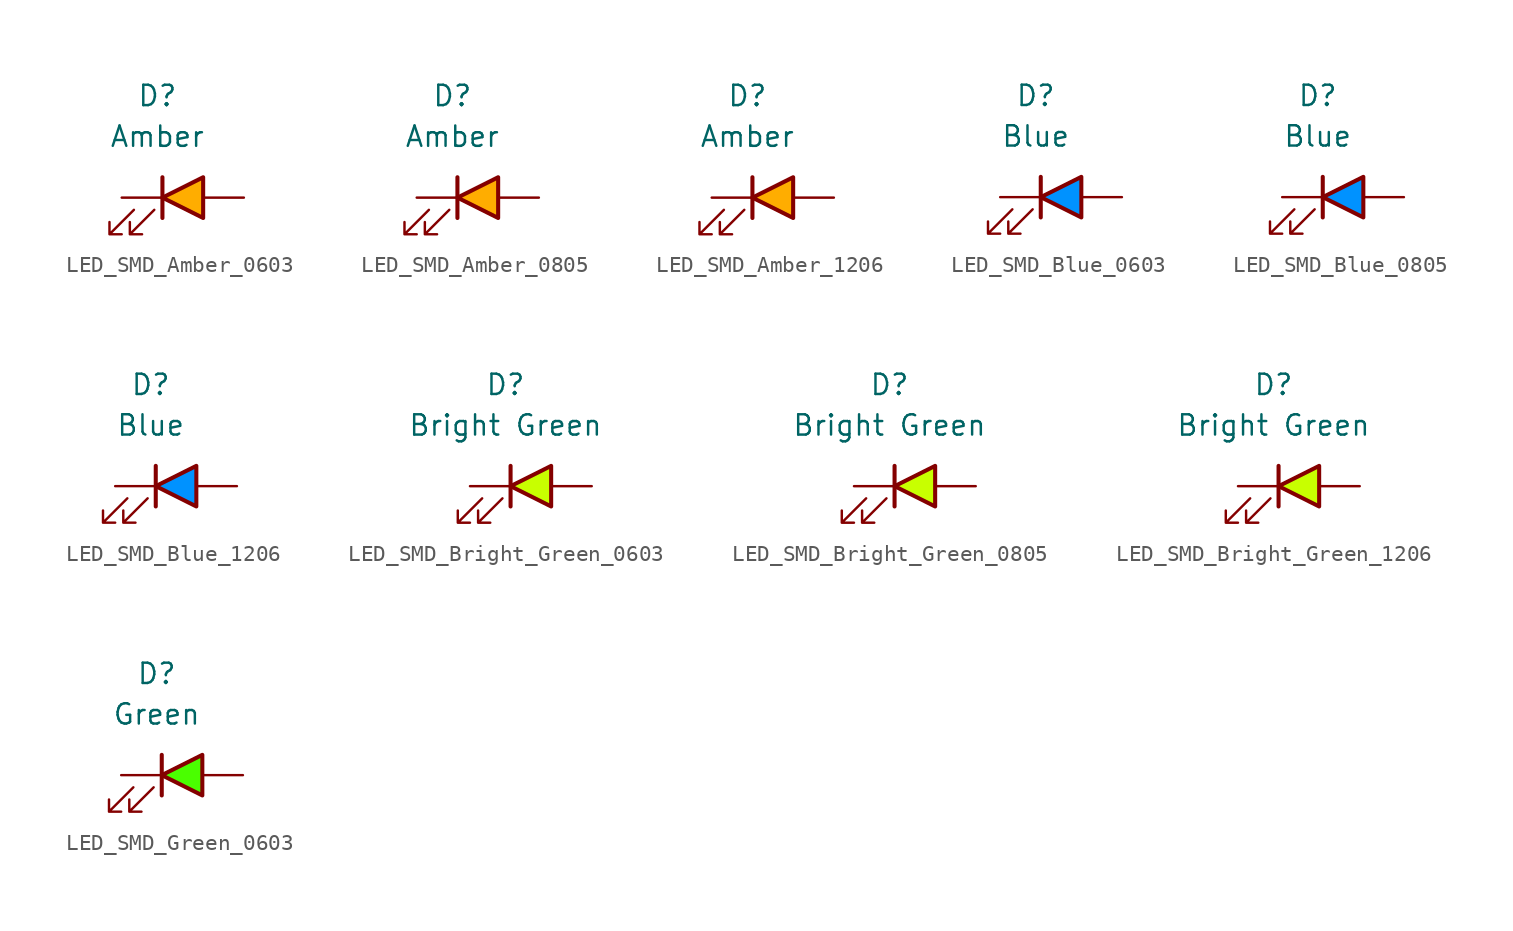
<source format=kicad_sym>
(kicad_symbol_lib
  (version 20231120)
  (generator "kicad_symbol_editor")
  (generator_version "8.0")
  (symbol "LED_SMD_Amber_0603"
    (pin_numbers hide)
    (pin_names
      (offset 1.016) hide)
    (property "Reference" "D"
      (at -1.587 6.35 0)
      (effects (font (size 1.27 1.27))))
    (property "Value" "Amber"
      (at -1.587 3.81 0)
      (effects (font (size 1.27 1.27))))
    (symbol "LED_SMD_Amber_0603_0_1"
      (polyline (pts (xy -1.27 -1.27) (xy -1.27 1.27)) (stroke (width 0.254) (type default)) (fill (type none)))
      (polyline (pts (xy -3.048 -0.762) (xy -4.572 -2.286) (xy -3.81 -2.286) (xy -4.572 -2.286) (xy -4.572 -1.524)) (stroke (width 0) (type default)) (fill (type none)))
      (polyline (pts (xy -1.778 -0.762) (xy -3.302 -2.286) (xy -2.54 -2.286) (xy -3.302 -2.286) (xy -3.302 -1.524)) (stroke (width 0) (type default)) (fill (type none))))
    (symbol "LED_SMD_Amber_0603_1_1"
      (polyline (pts (xy 1.27 -1.27) (xy 1.27 1.27) (xy -1.27 0) (xy 1.27 -1.27)) (stroke (width 0.254) (type default)) (fill (type color) (color 255 173 0 1)))
      (pin passive line (at -3.81 0 0) (length 2.54) (name "K" (effects (font (size 1.27 1.27)))) (number "1" (effects (font (size 1.27 1.27)))))
      (pin passive line (at 3.81 0 180) (length 2.54) (name "A" (effects (font (size 1.27 1.27)))) (number "2" (effects (font (size 1.27 1.27)))))))
  (symbol "LED_SMD_Amber_0805"
    (pin_numbers hide)
    (pin_names
      (offset 1.016) hide)
    (property "Reference" "D"
      (at -1.587 6.35 0)
      (effects (font (size 1.27 1.27))))
    (property "Value" "Amber"
      (at -1.587 3.81 0)
      (effects (font (size 1.27 1.27))))
    (symbol "LED_SMD_Amber_0805_0_1"
      (polyline (pts (xy -1.27 -1.27) (xy -1.27 1.27)) (stroke (width 0.254) (type default)) (fill (type none)))
      (polyline (pts (xy -3.048 -0.762) (xy -4.572 -2.286) (xy -3.81 -2.286) (xy -4.572 -2.286) (xy -4.572 -1.524)) (stroke (width 0) (type default)) (fill (type none)))
      (polyline (pts (xy -1.778 -0.762) (xy -3.302 -2.286) (xy -2.54 -2.286) (xy -3.302 -2.286) (xy -3.302 -1.524)) (stroke (width 0) (type default)) (fill (type none))))
    (symbol "LED_SMD_Amber_0805_1_1"
      (polyline (pts (xy 1.27 -1.27) (xy 1.27 1.27) (xy -1.27 0) (xy 1.27 -1.27)) (stroke (width 0.254) (type default)) (fill (type color) (color 255 173 0 1)))
      (pin passive line (at -3.81 0 0) (length 2.54) (name "K" (effects (font (size 1.27 1.27)))) (number "1" (effects (font (size 1.27 1.27)))))
      (pin passive line (at 3.81 0 180) (length 2.54) (name "A" (effects (font (size 1.27 1.27)))) (number "2" (effects (font (size 1.27 1.27)))))))
  (symbol "LED_SMD_Amber_1206"
    (pin_numbers hide)
    (pin_names
      (offset 1.016) hide)
    (property "Reference" "D"
      (at -1.587 6.35 0)
      (effects (font (size 1.27 1.27))))
    (property "Value" "Amber"
      (at -1.587 3.81 0)
      (effects (font (size 1.27 1.27))))
    (symbol "LED_SMD_Amber_1206_0_1"
      (polyline (pts (xy -1.27 -1.27) (xy -1.27 1.27)) (stroke (width 0.254) (type default)) (fill (type none)))
      (polyline (pts (xy -3.048 -0.762) (xy -4.572 -2.286) (xy -3.81 -2.286) (xy -4.572 -2.286) (xy -4.572 -1.524)) (stroke (width 0) (type default)) (fill (type none)))
      (polyline (pts (xy -1.778 -0.762) (xy -3.302 -2.286) (xy -2.54 -2.286) (xy -3.302 -2.286) (xy -3.302 -1.524)) (stroke (width 0) (type default)) (fill (type none))))
    (symbol "LED_SMD_Amber_1206_1_1"
      (polyline (pts (xy 1.27 -1.27) (xy 1.27 1.27) (xy -1.27 0) (xy 1.27 -1.27)) (stroke (width 0.254) (type default)) (fill (type color) (color 255 173 0 1)))
      (pin passive line (at -3.81 0 0) (length 2.54) (name "K" (effects (font (size 1.27 1.27)))) (number "1" (effects (font (size 1.27 1.27)))))
      (pin passive line (at 3.81 0 180) (length 2.54) (name "A" (effects (font (size 1.27 1.27)))) (number "2" (effects (font (size 1.27 1.27)))))))
  (symbol "LED_SMD_Blue_0603"
    (pin_numbers hide)
    (pin_names
      (offset 1.016) hide)
    (property "Reference" "D"
      (at -1.587 6.35 0)
      (effects (font (size 1.27 1.27))))
    (property "Value" "Blue"
      (at -1.587 3.81 0)
      (effects (font (size 1.27 1.27))))
    (symbol "LED_SMD_Blue_0603_0_1"
      (polyline (pts (xy -1.27 -1.27) (xy -1.27 1.27)) (stroke (width 0.254) (type default)) (fill (type none)))
      (polyline (pts (xy -3.048 -0.762) (xy -4.572 -2.286) (xy -3.81 -2.286) (xy -4.572 -2.286) (xy -4.572 -1.524)) (stroke (width 0) (type default)) (fill (type none)))
      (polyline (pts (xy -1.778 -0.762) (xy -3.302 -2.286) (xy -2.54 -2.286) (xy -3.302 -2.286) (xy -3.302 -1.524)) (stroke (width 0) (type default)) (fill (type none))))
    (symbol "LED_SMD_Blue_0603_1_1"
      (polyline (pts (xy 1.27 -1.27) (xy 1.27 1.27) (xy -1.27 0) (xy 1.27 -1.27)) (stroke (width 0.254) (type default)) (fill (type color) (color 0 146 255 1)))
      (pin passive line (at -3.81 0 0) (length 2.54) (name "K" (effects (font (size 1.27 1.27)))) (number "1" (effects (font (size 1.27 1.27)))))
      (pin passive line (at 3.81 0 180) (length 2.54) (name "A" (effects (font (size 1.27 1.27)))) (number "2" (effects (font (size 1.27 1.27)))))))
  (symbol "LED_SMD_Blue_0805"
    (pin_numbers hide)
    (pin_names
      (offset 1.016) hide)
    (property "Reference" "D"
      (at -1.587 6.35 0)
      (effects (font (size 1.27 1.27))))
    (property "Value" "Blue"
      (at -1.587 3.81 0)
      (effects (font (size 1.27 1.27))))
    (symbol "LED_SMD_Blue_0805_0_1"
      (polyline (pts (xy -1.27 -1.27) (xy -1.27 1.27)) (stroke (width 0.254) (type default)) (fill (type none)))
      (polyline (pts (xy -3.048 -0.762) (xy -4.572 -2.286) (xy -3.81 -2.286) (xy -4.572 -2.286) (xy -4.572 -1.524)) (stroke (width 0) (type default)) (fill (type none)))
      (polyline (pts (xy -1.778 -0.762) (xy -3.302 -2.286) (xy -2.54 -2.286) (xy -3.302 -2.286) (xy -3.302 -1.524)) (stroke (width 0) (type default)) (fill (type none))))
    (symbol "LED_SMD_Blue_0805_1_1"
      (polyline (pts (xy 1.27 -1.27) (xy 1.27 1.27) (xy -1.27 0) (xy 1.27 -1.27)) (stroke (width 0.254) (type default)) (fill (type color) (color 0 146 255 1)))
      (pin passive line (at -3.81 0 0) (length 2.54) (name "K" (effects (font (size 1.27 1.27)))) (number "1" (effects (font (size 1.27 1.27)))))
      (pin passive line (at 3.81 0 180) (length 2.54) (name "A" (effects (font (size 1.27 1.27)))) (number "2" (effects (font (size 1.27 1.27)))))))
  (symbol "LED_SMD_Blue_1206"
    (pin_numbers hide)
    (pin_names
      (offset 1.016) hide)
    (property "Reference" "D"
      (at -1.587 6.35 0)
      (effects (font (size 1.27 1.27))))
    (property "Value" "Blue"
      (at -1.587 3.81 0)
      (effects (font (size 1.27 1.27))))
    (symbol "LED_SMD_Blue_1206_0_1"
      (polyline (pts (xy -1.27 -1.27) (xy -1.27 1.27)) (stroke (width 0.254) (type default)) (fill (type none)))
      (polyline (pts (xy -3.048 -0.762) (xy -4.572 -2.286) (xy -3.81 -2.286) (xy -4.572 -2.286) (xy -4.572 -1.524)) (stroke (width 0) (type default)) (fill (type none)))
      (polyline (pts (xy -1.778 -0.762) (xy -3.302 -2.286) (xy -2.54 -2.286) (xy -3.302 -2.286) (xy -3.302 -1.524)) (stroke (width 0) (type default)) (fill (type none))))
    (symbol "LED_SMD_Blue_1206_1_1"
      (polyline (pts (xy 1.27 -1.27) (xy 1.27 1.27) (xy -1.27 0) (xy 1.27 -1.27)) (stroke (width 0.254) (type default)) (fill (type color) (color 0 146 255 1)))
      (pin passive line (at -3.81 0 0) (length 2.54) (name "K" (effects (font (size 1.27 1.27)))) (number "1" (effects (font (size 1.27 1.27)))))
      (pin passive line (at 3.81 0 180) (length 2.54) (name "A" (effects (font (size 1.27 1.27)))) (number "2" (effects (font (size 1.27 1.27)))))))
  (symbol "LED_SMD_Bright_Green_0603"
    (pin_numbers hide)
    (pin_names
      (offset 1.016) hide)
    (property "Reference" "D"
      (at -1.587 6.35 0)
      (effects (font (size 1.27 1.27))))
    (property "Value" "Bright Green"
      (at -1.587 3.81 0)
      (effects (font (size 1.27 1.27))))
    (symbol "LED_SMD_Bright_Green_0603_0_1"
      (polyline (pts (xy -1.27 -1.27) (xy -1.27 1.27)) (stroke (width 0.254) (type default)) (fill (type none)))
      (polyline (pts (xy -3.048 -0.762) (xy -4.572 -2.286) (xy -3.81 -2.286) (xy -4.572 -2.286) (xy -4.572 -1.524)) (stroke (width 0) (type default)) (fill (type none)))
      (polyline (pts (xy -1.778 -0.762) (xy -3.302 -2.286) (xy -2.54 -2.286) (xy -3.302 -2.286) (xy -3.302 -1.524)) (stroke (width 0) (type default)) (fill (type none))))
    (symbol "LED_SMD_Bright_Green_0603_1_1"
      (polyline (pts (xy 1.27 -1.27) (xy 1.27 1.27) (xy -1.27 0) (xy 1.27 -1.27)) (stroke (width 0.254) (type default)) (fill (type color) (color 200 255 0 1)))
      (pin passive line (at -3.81 0 0) (length 2.54) (name "K" (effects (font (size 1.27 1.27)))) (number "1" (effects (font (size 1.27 1.27)))))
      (pin passive line (at 3.81 0 180) (length 2.54) (name "A" (effects (font (size 1.27 1.27)))) (number "2" (effects (font (size 1.27 1.27)))))))
  (symbol "LED_SMD_Bright_Green_0805"
    (pin_numbers hide)
    (pin_names
      (offset 1.016) hide)
    (property "Reference" "D"
      (at -1.587 6.35 0)
      (effects (font (size 1.27 1.27))))
    (property "Value" "Bright Green"
      (at -1.587 3.81 0)
      (effects (font (size 1.27 1.27))))
    (symbol "LED_SMD_Bright_Green_0805_0_1"
      (polyline (pts (xy -1.27 -1.27) (xy -1.27 1.27)) (stroke (width 0.254) (type default)) (fill (type none)))
      (polyline (pts (xy -3.048 -0.762) (xy -4.572 -2.286) (xy -3.81 -2.286) (xy -4.572 -2.286) (xy -4.572 -1.524)) (stroke (width 0) (type default)) (fill (type none)))
      (polyline (pts (xy -1.778 -0.762) (xy -3.302 -2.286) (xy -2.54 -2.286) (xy -3.302 -2.286) (xy -3.302 -1.524)) (stroke (width 0) (type default)) (fill (type none))))
    (symbol "LED_SMD_Bright_Green_0805_1_1"
      (polyline (pts (xy 1.27 -1.27) (xy 1.27 1.27) (xy -1.27 0) (xy 1.27 -1.27)) (stroke (width 0.254) (type default)) (fill (type color) (color 200 255 0 1)))
      (pin passive line (at -3.81 0 0) (length 2.54) (name "K" (effects (font (size 1.27 1.27)))) (number "1" (effects (font (size 1.27 1.27)))))
      (pin passive line (at 3.81 0 180) (length 2.54) (name "A" (effects (font (size 1.27 1.27)))) (number "2" (effects (font (size 1.27 1.27)))))))
  (symbol "LED_SMD_Bright_Green_1206"
    (pin_numbers hide)
    (pin_names
      (offset 1.016) hide)
    (property "Reference" "D"
      (at -1.587 6.35 0)
      (effects (font (size 1.27 1.27))))
    (property "Value" "Bright Green"
      (at -1.587 3.81 0)
      (effects (font (size 1.27 1.27))))
    (symbol "LED_SMD_Bright_Green_1206_0_1"
      (polyline (pts (xy -1.27 -1.27) (xy -1.27 1.27)) (stroke (width 0.254) (type default)) (fill (type none)))
      (polyline (pts (xy -3.048 -0.762) (xy -4.572 -2.286) (xy -3.81 -2.286) (xy -4.572 -2.286) (xy -4.572 -1.524)) (stroke (width 0) (type default)) (fill (type none)))
      (polyline (pts (xy -1.778 -0.762) (xy -3.302 -2.286) (xy -2.54 -2.286) (xy -3.302 -2.286) (xy -3.302 -1.524)) (stroke (width 0) (type default)) (fill (type none))))
    (symbol "LED_SMD_Bright_Green_1206_1_1"
      (polyline (pts (xy 1.27 -1.27) (xy 1.27 1.27) (xy -1.27 0) (xy 1.27 -1.27)) (stroke (width 0.254) (type default)) (fill (type color) (color 200 255 0 1)))
      (pin passive line (at -3.81 0 0) (length 2.54) (name "K" (effects (font (size 1.27 1.27)))) (number "1" (effects (font (size 1.27 1.27)))))
      (pin passive line (at 3.81 0 180) (length 2.54) (name "A" (effects (font (size 1.27 1.27)))) (number "2" (effects (font (size 1.27 1.27)))))))
  (symbol "LED_SMD_Green_0603"
    (pin_numbers hide)
    (pin_names
      (offset 1.016) hide)
    (property "Reference" "D"
      (at -1.587 6.35 0)
      (effects (font (size 1.27 1.27))))
    (property "Value" "Green"
      (at -1.587 3.81 0)
      (effects (font (size 1.27 1.27))))
    (symbol "LED_SMD_Green_0603_0_1"
      (polyline (pts (xy -1.27 -1.27) (xy -1.27 1.27)) (stroke (width 0.254) (type default)) (fill (type none)))
      (polyline (pts (xy -3.048 -0.762) (xy -4.572 -2.286) (xy -3.81 -2.286) (xy -4.572 -2.286) (xy -4.572 -1.524)) (stroke (width 0) (type default)) (fill (type none)))
      (polyline (pts (xy -1.778 -0.762) (xy -3.302 -2.286) (xy -2.54 -2.286) (xy -3.302 -2.286) (xy -3.302 -1.524)) (stroke (width 0) (type default)) (fill (type none))))
    (symbol "LED_SMD_Green_0603_1_1"
      (polyline (pts (xy 1.27 -1.27) (xy 1.27 1.27) (xy -1.27 0) (xy 1.27 -1.27)) (stroke (width 0.254) (type default)) (fill (type color) (color 74 255 0 1)))
      (pin passive line (at -3.81 0 0) (length 2.54) (name "K" (effects (font (size 1.27 1.27)))) (number "1" (effects (font (size 1.27 1.27)))))
      (pin passive line (at 3.81 0 180) (length 2.54) (name "A" (effects (font (size 1.27 1.27)))) (number "2" (effects (font (size 1.27 1.27))))))))
</source>
